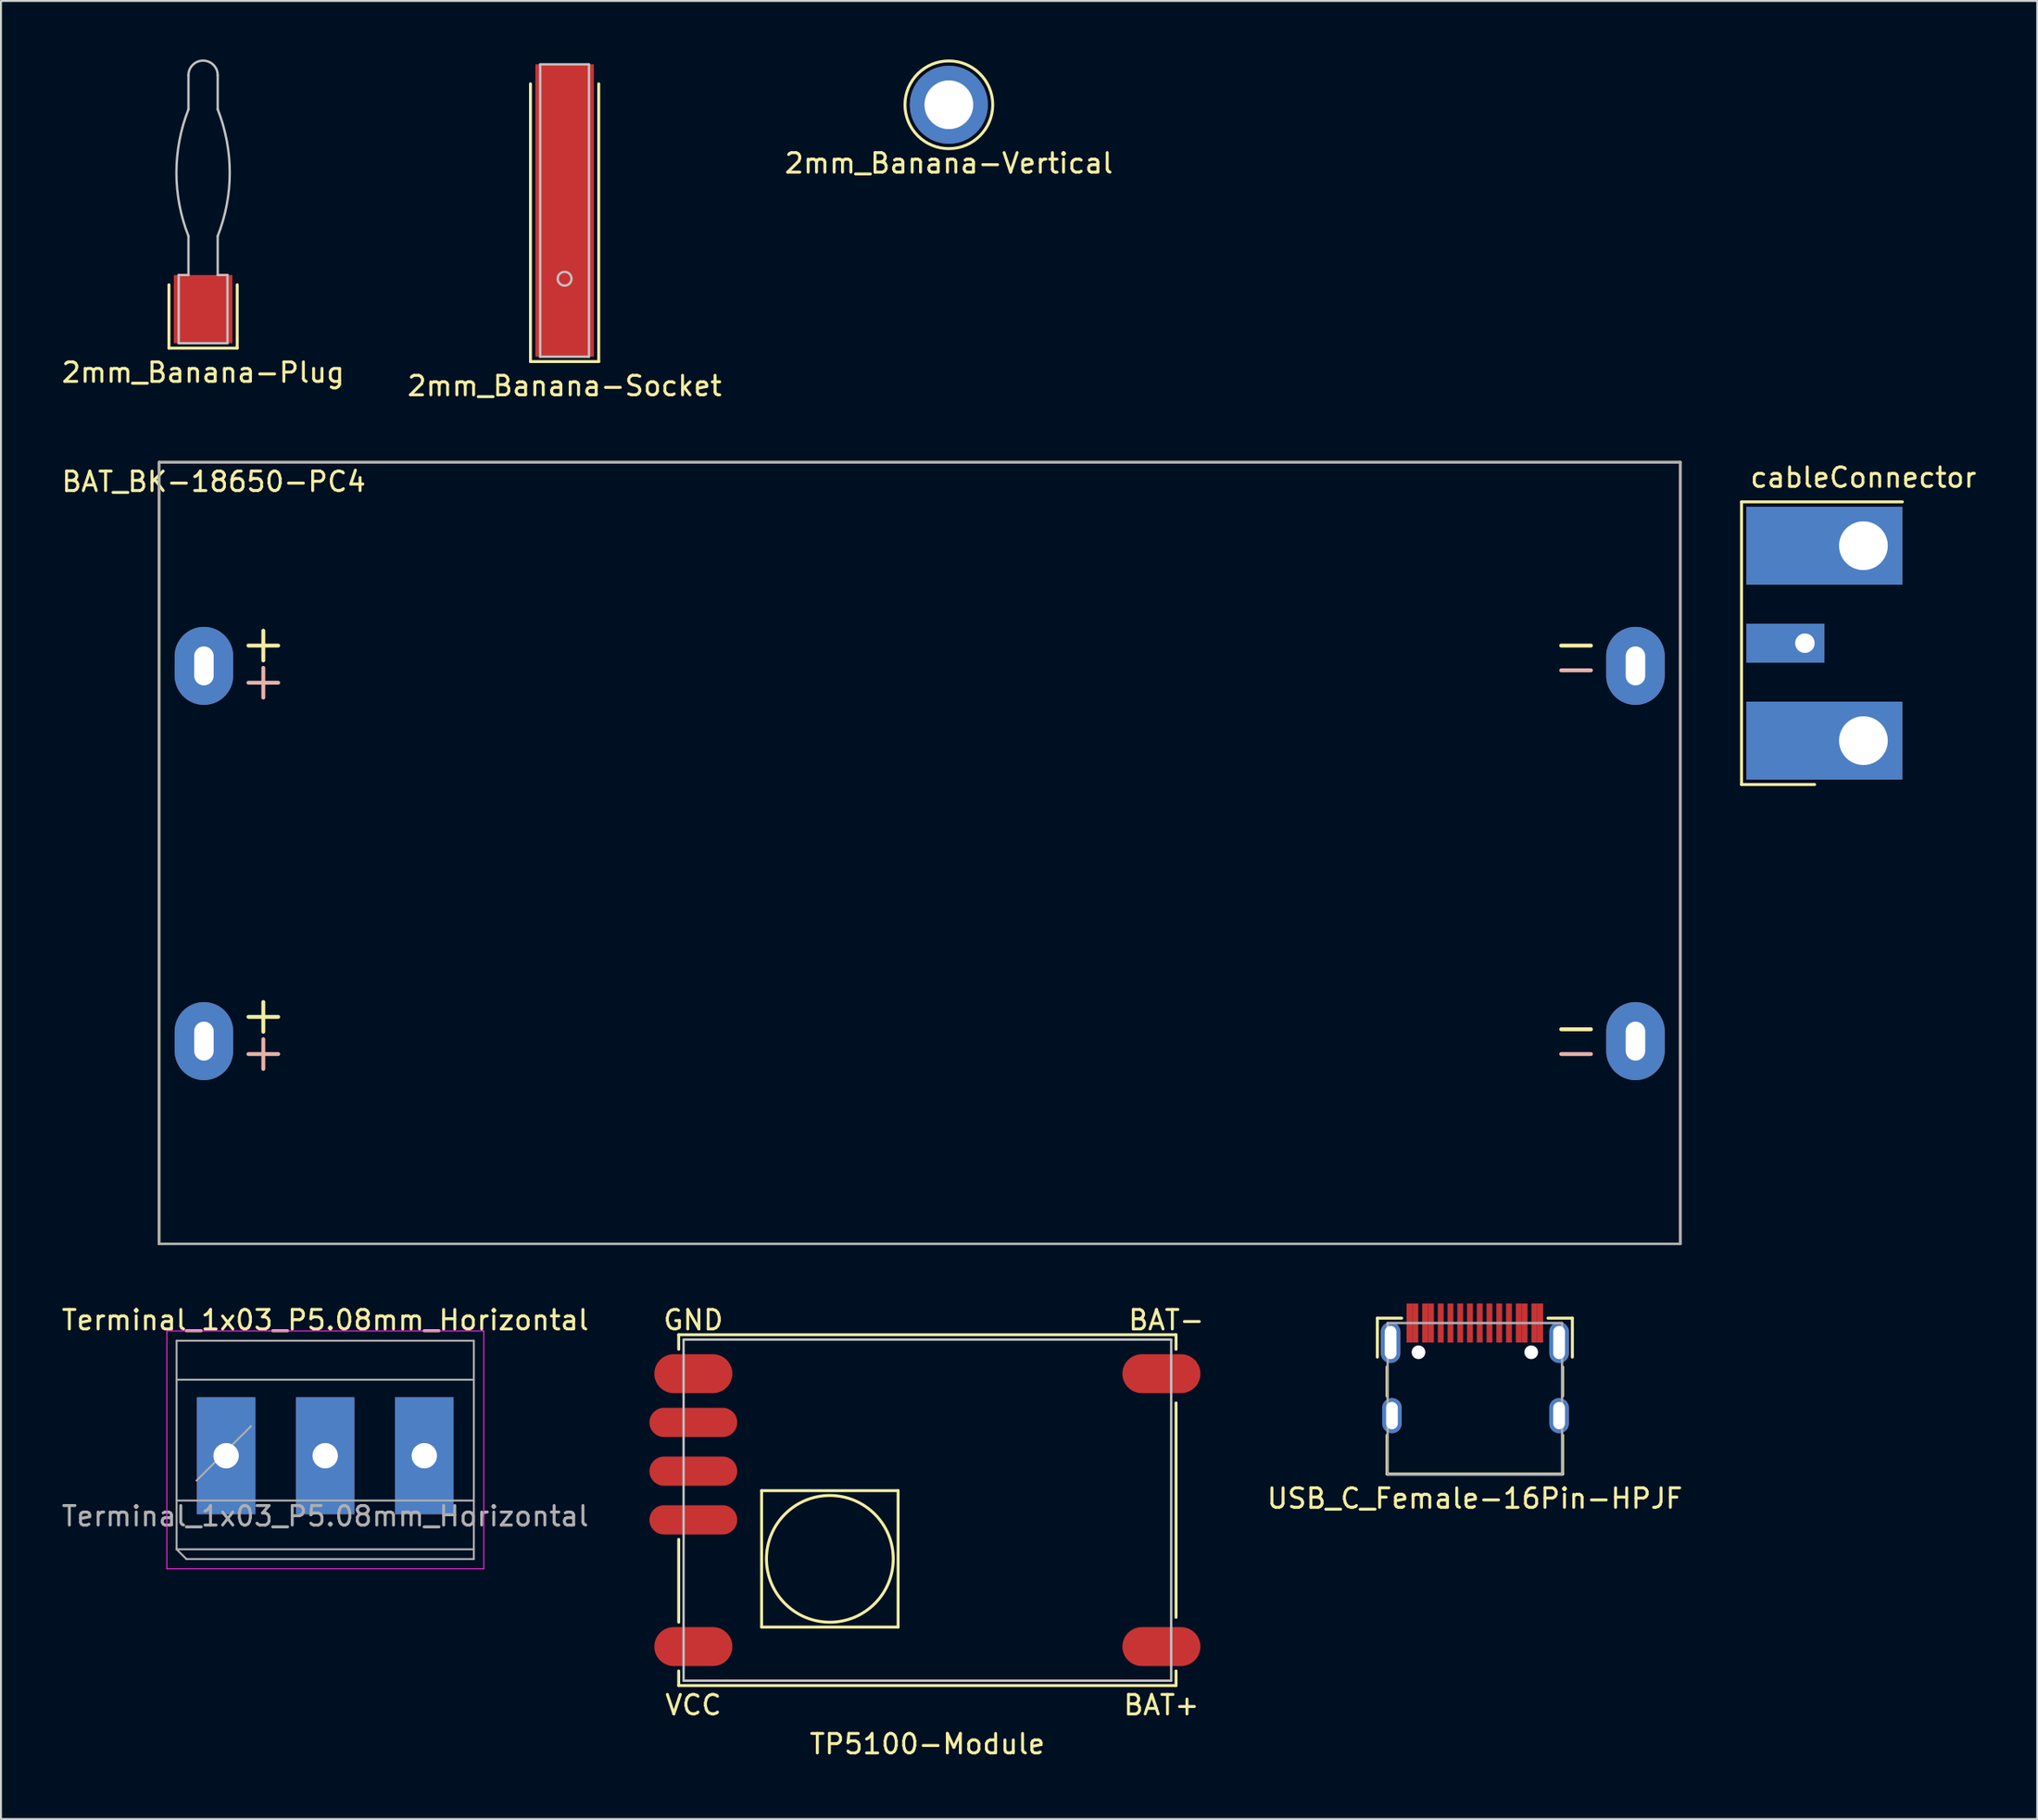
<source format=kicad_pcb>
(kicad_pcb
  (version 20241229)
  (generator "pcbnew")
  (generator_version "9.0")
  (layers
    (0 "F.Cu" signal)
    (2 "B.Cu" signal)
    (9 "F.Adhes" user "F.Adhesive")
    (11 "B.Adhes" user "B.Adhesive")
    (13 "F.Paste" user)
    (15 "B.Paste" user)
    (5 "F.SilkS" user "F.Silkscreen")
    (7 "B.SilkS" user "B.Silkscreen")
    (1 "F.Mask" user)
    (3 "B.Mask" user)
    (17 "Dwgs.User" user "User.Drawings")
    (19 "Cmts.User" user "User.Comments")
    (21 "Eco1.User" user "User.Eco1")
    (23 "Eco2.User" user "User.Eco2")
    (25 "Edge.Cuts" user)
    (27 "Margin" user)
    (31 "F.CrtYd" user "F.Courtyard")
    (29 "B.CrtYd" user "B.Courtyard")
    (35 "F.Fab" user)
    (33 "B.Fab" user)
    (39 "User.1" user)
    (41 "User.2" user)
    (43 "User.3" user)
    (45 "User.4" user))
  (footprint "TP5100-Module"
    (layer "F.Cu")
    (at 44.5 74.424)
    (property "Reference" "TP5100-Module" (at 0 12 0) (layer "F.SilkS") (effects (font (size 1 1) (thickness 0.15))))
    (attr through_hole)
    (fp_line (start -12.75 -9) (end 12.75 -9) (stroke (width 0.15) (type solid)) (layer "F.SilkS"))
    (fp_line (start -12.75 -8.25) (end -12.75 -9) (stroke (width 0.15) (type solid)) (layer "F.SilkS"))
    (fp_line (start -12.75 5.75) (end -12.75 1.5) (stroke (width 0.15) (type solid)) (layer "F.SilkS"))
    (fp_line (start -12.75 8.25) (end -12.75 9) (stroke (width 0.15) (type solid)) (layer "F.SilkS"))
    (fp_line (start -12.75 9) (end 12.75 9) (stroke (width 0.15) (type solid)) (layer "F.SilkS"))
    (fp_line (start -8.5 -1) (end -1.5 -1) (stroke (width 0.15) (type solid)) (layer "F.SilkS"))
    (fp_line (start -8.5 6) (end -8.5 -1) (stroke (width 0.15) (type solid)) (layer "F.SilkS"))
    (fp_line (start -1.5 -1) (end -1.5 6) (stroke (width 0.15) (type solid)) (layer "F.SilkS"))
    (fp_line (start -1.5 6) (end -8.5 6) (stroke (width 0.15) (type solid)) (layer "F.SilkS"))
    (fp_line (start 12.75 -9) (end 12.75 -8.25) (stroke (width 0.15) (type solid)) (layer "F.SilkS"))
    (fp_line (start 12.75 5.5) (end 12.75 -5.5) (stroke (width 0.15) (type solid)) (layer "F.SilkS"))
    (fp_line (start 12.75 9) (end 12.75 8.25) (stroke (width 0.15) (type solid)) (layer "F.SilkS"))
    (fp_circle (center -5 2.5) (end -1.75 2.5) (stroke (width 0.15) (type solid)) (fill no) (layer "F.SilkS"))
    (fp_line (start -12.5 -8.75) (end -12.5 8.75) (stroke (width 0.12) (type solid)) (layer "Dwgs.User"))
    (fp_line (start -12.5 8.75) (end 12.5 8.75) (stroke (width 0.12) (type solid)) (layer "Dwgs.User"))
    (fp_line (start 12.5 -8.75) (end -12.5 -8.75) (stroke (width 0.12) (type solid)) (layer "Dwgs.User"))
    (fp_line (start 12.5 8.75) (end 12.5 -8.75) (stroke (width 0.12) (type solid)) (layer "Dwgs.User"))
    (fp_text user "GND" (at -12 -9.75 0) (layer "F.SilkS") (effects (font (size 1 1) (thickness 0.15))))
    (fp_text user "BAT-" (at 12.25 -9.75 0) (layer "F.SilkS") (effects (font (size 1 1) (thickness 0.15))))
    (fp_text user "BAT+" (at 12 10 0) (layer "F.SilkS") (effects (font (size 1 1) (thickness 0.15))))
    (fp_text user "VCC" (at -12 10 0) (layer "F.SilkS") (effects (font (size 1 1) (thickness 0.15))))
    (pad "1" smd oval (at -11 -7) (size 4 2) (drill (offset -1 0)) (layers "F.Cu" "F.Mask" "F.Paste"))
    (pad "2" smd oval (at -11 7) (size 4 2) (drill (offset -1 0)) (layers "F.Cu" "F.Mask" "F.Paste"))
    (pad "3" smd oval (at 11 7 180) (size 4 2) (drill (offset -1 0)) (layers "F.Cu" "F.Mask" "F.Paste"))
    (pad "4" smd oval (at 11 -7 180) (size 4 2) (drill (offset -1 0)) (layers "F.Cu" "F.Mask" "F.Paste"))
    (pad "5" smd oval (at -10.5 -2) (size 4.5 1.5) (drill (offset -1.5 0)) (layers "F.Cu" "F.Mask" "F.Paste"))
    (pad "6" smd oval (at -10.5 -4.5) (size 4.5 1.5) (drill (offset -1.5 0)) (layers "F.Cu" "F.Mask" "F.Paste"))
    (pad "7" smd oval (at -10.5 0.5) (size 4.5 1.5) (drill (offset -1.5 0)) (layers "F.Cu" "F.Mask" "F.Paste")))
  (footprint "2mm_Banana-Plug"
    (layer "F.Cu")
    (at 7.363 11.06)
    (property "Reference" "2mm_Banana-Plug" (at 0 5 0) (layer "F.SilkS") (effects (font (size 1 1) (thickness 0.15))))
    (attr through_hole)
    (fp_line (start -1.75 0.5) (end -1.75 3.75) (stroke (width 0.15) (type solid)) (layer "F.SilkS"))
    (fp_line (start -1.75 3.75) (end 1.75 3.75) (stroke (width 0.15) (type solid)) (layer "F.SilkS"))
    (fp_line (start 1.75 3.75) (end 1.75 0.5) (stroke (width 0.15) (type solid)) (layer "F.SilkS"))
    (fp_line (start -1.25 0) (end -1.25 3.5) (stroke (width 0.12) (type solid)) (layer "Dwgs.User"))
    (fp_line (start -1.25 3.5) (end 1.25 3.5) (stroke (width 0.12) (type solid)) (layer "Dwgs.User"))
    (fp_line (start -0.75 -8.5) (end -0.75 -10.25) (stroke (width 0.12) (type solid)) (layer "Dwgs.User"))
    (fp_line (start -0.75 0) (end -1.25 0) (stroke (width 0.12) (type solid)) (layer "Dwgs.User"))
    (fp_line (start -0.75 0) (end -0.75 -2) (stroke (width 0.12) (type solid)) (layer "Dwgs.User"))
    (fp_line (start 0.75 -10.25) (end 0.75 -8.5) (stroke (width 0.12) (type solid)) (layer "Dwgs.User"))
    (fp_line (start 0.75 0) (end 0.75 -2) (stroke (width 0.12) (type solid)) (layer "Dwgs.User"))
    (fp_line (start 0.75 0) (end 1.25 0) (stroke (width 0.12) (type solid)) (layer "Dwgs.User"))
    (fp_line (start 1.25 3.5) (end 1.25 0) (stroke (width 0.12) (type solid)) (layer "Dwgs.User"))
    (fp_arc (start -0.75 -10.25) (mid 0 -11) (end 0.75 -10.25) (stroke (width 0.12) (type solid)) (layer "Dwgs.User"))
    (fp_arc (start -0.749999 -2) (mid -1.367073 -5.25) (end -0.749999 -8.499999) (stroke (width 0.12) (type solid)) (layer "Dwgs.User"))
    (fp_arc (start 0.75 -8.499999) (mid 1.367074 -5.249999) (end 0.75 -2) (stroke (width 0.12) (type solid)) (layer "Dwgs.User"))
    (pad "1" smd rect (at 0 1.75) (size 3 3.5) (layers "F.Cu" "F.Mask" "F.Paste")))
  (footprint "Terminal_1x03_P5.08mm_Horizontal"
    (layer "F.Cu")
    (at 8.545 71.633)
    (property "Reference" "Terminal_1x03_P5.08mm_Horizontal" (at 5.08 -6.96 0) (layer "F.SilkS") (effects (font (size 1 1) (thickness 0.15))))
    (attr through_hole)
    (fp_line (start -3.04 -6.4) (end -3.04 5.8) (stroke (width 0.05) (type solid)) (layer "F.CrtYd"))
    (fp_line (start -3.04 5.8) (end 13.21 5.8) (stroke (width 0.05) (type solid)) (layer "F.CrtYd"))
    (fp_line (start 13.21 -6.4) (end -3.04 -6.4) (stroke (width 0.05) (type solid)) (layer "F.CrtYd"))
    (fp_line (start 13.21 5.8) (end 13.21 -6.4) (stroke (width 0.05) (type solid)) (layer "F.CrtYd"))
    (fp_line (start -2.54 -5.9) (end 12.7 -5.9) (stroke (width 0.1) (type solid)) (layer "F.Fab"))
    (fp_line (start -2.54 -3.9) (end 12.7 -3.9) (stroke (width 0.1) (type solid)) (layer "F.Fab"))
    (fp_line (start -2.54 2.3) (end 12.7 2.3) (stroke (width 0.1) (type solid)) (layer "F.Fab"))
    (fp_line (start -2.54 4.8) (end -2.54 -5.9) (stroke (width 0.1) (type solid)) (layer "F.Fab"))
    (fp_line (start -2.54 4.8) (end 12.7 4.8) (stroke (width 0.1) (type solid)) (layer "F.Fab"))
    (fp_line (start -2.04 5.3) (end -2.54 4.8) (stroke (width 0.1) (type solid)) (layer "F.Fab"))
    (fp_line (start 1.273 -1.517) (end -1.517 1.273) (stroke (width 0.1) (type solid)) (layer "F.Fab"))
    (fp_line (start 12.7 -5.9) (end 12.7 5.3) (stroke (width 0.1) (type solid)) (layer "F.Fab"))
    (fp_line (start 12.7 5.3) (end -2.04 5.3) (stroke (width 0.1) (type solid)) (layer "F.Fab"))
    (fp_text user "${REFERENCE}" (at 5.08 3.1 0) (layer "F.Fab") (effects (font (size 1 1) (thickness 0.15))))
    (pad "1" thru_hole rect (at 0 0) (size 3 6) (drill 1.3) (layers "*.Cu" "*.Mask"))
    (pad "2" thru_hole rect (at 5.08 0) (size 3 6) (drill 1.3) (layers "*.Cu" "*.Mask"))
    (pad "3" thru_hole rect (at 10.16 0) (size 3 6) (drill 1.3) (layers "*.Cu" "*.Mask")))
  (footprint "2mm_Banana-Socket"
    (layer "F.Cu")
    (at 25.899 0.25)
    (property "Reference" "2mm_Banana-Socket" (at 0 16.5 0) (layer "F.SilkS") (effects (font (size 1 1) (thickness 0.15))))
    (attr through_hole)
    (fp_line (start -1.75 1) (end -1.75 15.25) (stroke (width 0.15) (type solid)) (layer "F.SilkS"))
    (fp_line (start -1.75 15.25) (end 1.75 15.25) (stroke (width 0.15) (type solid)) (layer "F.SilkS"))
    (fp_line (start 1.75 15.25) (end 1.75 1) (stroke (width 0.15) (type solid)) (layer "F.SilkS"))
    (fp_line (start -1.25 0) (end 1.25 0) (stroke (width 0.12) (type solid)) (layer "Dwgs.User"))
    (fp_line (start -1.25 15) (end -1.25 0) (stroke (width 0.12) (type solid)) (layer "Dwgs.User"))
    (fp_line (start 1.25 0) (end 1.25 15) (stroke (width 0.12) (type solid)) (layer "Dwgs.User"))
    (fp_line (start 1.25 15) (end -1.25 15) (stroke (width 0.12) (type solid)) (layer "Dwgs.User"))
    (fp_circle (center 0 11) (end 0.25 11.25) (stroke (width 0.12) (type solid)) (fill no) (layer "Dwgs.User"))
    (pad "1" smd rect (at 0 7.5) (size 3 15) (layers "F.Cu" "F.Mask" "F.Paste")))
  (footprint "2mm_Banana-Vertical"
    (layer "F.Cu")
    (at 45.601 2.325)
    (property "Reference" "2mm_Banana-Vertical" (at 0 3 0) (layer "F.SilkS") (effects (font (size 1 1) (thickness 0.15))))
    (attr through_hole)
    (fp_circle (center 0 0) (end 2.25 0) (stroke (width 0.15) (type solid)) (fill no) (layer "F.SilkS"))
    (pad "1" thru_hole circle (at 0 0) (size 4 4) (drill 2.5) (layers "*.Cu" "*.Mask")))
  (footprint "BAT_BK-18650-PC4"
    (layer "F.Cu")
    (at 44.106 40.712)
    (property "Reference" "BAT_BK-18650-PC4" (at -36.195 -19.05 0) (layer "F.SilkS") (effects (font (size 1 1) (thickness 0.15))))
    (attr through_hole)
    (fp_line (start -39 -20.05) (end 39 -20.05) (stroke (width 0.127) (type solid)) (layer "F.SilkS"))
    (fp_line (start -39 20.05) (end -39 -20.05) (stroke (width 0.127) (type solid)) (layer "F.SilkS"))
    (fp_line (start 39 -20.05) (end 39 20.05) (stroke (width 0.127) (type solid)) (layer "F.SilkS"))
    (fp_line (start 39 20.05) (end -39 20.05) (stroke (width 0.127) (type solid)) (layer "F.SilkS"))
    (fp_line (start -39 -20.05) (end 39 -20.05) (stroke (width 0.127) (type solid)) (layer "F.Fab"))
    (fp_line (start -39 20.05) (end -39 -20.05) (stroke (width 0.127) (type solid)) (layer "F.Fab"))
    (fp_line (start 39 -20.05) (end 39 20.05) (stroke (width 0.127) (type solid)) (layer "F.Fab"))
    (fp_line (start 39 20.05) (end -39 20.05) (stroke (width 0.127) (type solid)) (layer "F.Fab"))
    (fp_text user "+" (at -33.655 8.255 0) (layer "F.SilkS") (effects (font (size 2 2) (thickness 0.2))))
    (fp_text user "-" (at 33.655 8.89 0) (layer "F.SilkS") (effects (font (size 2 2) (thickness 0.2))))
    (fp_text user "-" (at 33.655 -10.795 0) (layer "F.SilkS") (effects (font (size 2 2) (thickness 0.2))))
    (fp_text user "+" (at -33.655 -10.795 0) (layer "F.SilkS") (effects (font (size 2 2) (thickness 0.2))))
    (fp_text user "-" (at 33.655 10.16 0) (layer "B.SilkS") (effects (font (size 2 2) (thickness 0.2))))
    (fp_text user "+" (at -33.655 10.16 0) (layer "B.SilkS") (effects (font (size 2 2) (thickness 0.2))))
    (fp_text user "+" (at -33.655 -8.89 0) (layer "B.SilkS") (effects (font (size 2 2) (thickness 0.2))))
    (fp_text user "-" (at 33.655 -9.525 0) (layer "B.SilkS") (effects (font (size 2 2) (thickness 0.2))))
    (pad "1" thru_hole oval (at 36.7 -9.6) (size 3 4) (drill oval 1 2) (layers "*.Cu" "*.Mask"))
    (pad "1+" thru_hole oval (at -36.7 -9.6) (size 3 4) (drill oval 1 2) (layers "*.Cu" "*.Mask"))
    (pad "2" thru_hole oval (at 36.7 9.65) (size 3 4) (drill oval 1 2) (layers "*.Cu" "*.Mask"))
    (pad "2+" thru_hole oval (at -36.7 9.65) (size 3 4) (drill oval 1 2) (layers "*.Cu" "*.Mask")))
  (footprint "USB_C_Female-16Pin-HPJF"
    (layer "F.Cu")
    (at 72.571 64.825)
    (property "Reference" "USB_C_Female-16Pin-HPJF" (at 0 9 0) (layer "F.SilkS") (effects (font (size 1 1) (thickness 0.15))))
    (attr through_hole)
    (fp_line (start -5 -0.25) (end -5 1.75) (stroke (width 0.15) (type solid)) (layer "F.SilkS"))
    (fp_line (start -4.5 2.25) (end -4.5 3.75) (stroke (width 0.15) (type solid)) (layer "F.SilkS"))
    (fp_line (start -4.5 5.75) (end -4.5 7.75) (stroke (width 0.15) (type solid)) (layer "F.SilkS"))
    (fp_line (start -4.5 7.75) (end 4.5 7.75) (stroke (width 0.15) (type solid)) (layer "F.SilkS"))
    (fp_line (start -3.75 -0.25) (end -5 -0.25) (stroke (width 0.15) (type solid)) (layer "F.SilkS"))
    (fp_line (start 3.75 -0.25) (end 5 -0.25) (stroke (width 0.15) (type solid)) (layer "F.SilkS"))
    (fp_line (start 4.5 3.75) (end 4.5 2.25) (stroke (width 0.15) (type solid)) (layer "F.SilkS"))
    (fp_line (start 4.5 7.75) (end 4.5 5.75) (stroke (width 0.15) (type solid)) (layer "F.SilkS"))
    (fp_line (start 5 -0.25) (end 5 1.75) (stroke (width 0.15) (type solid)) (layer "F.SilkS"))
    (fp_line (start -4.47 7.78) (end -4.47 0) (stroke (width 0.12) (type solid)) (layer "F.Fab"))
    (fp_line (start -4.47 7.78) (end 4.47 7.78) (stroke (width 0.12) (type solid)) (layer "F.Fab"))
    (fp_line (start 4.47 0) (end -4.47 0) (stroke (width 0.12) (type solid)) (layer "F.Fab"))
    (fp_line (start 4.47 7.78) (end 4.47 0) (stroke (width 0.12) (type solid)) (layer "F.Fab"))
    (pad "" np_thru_hole circle (at -2.89 1.5 90) (size 0.7 0.7) (drill 0.7) (layers "*.Cu" "*.Mask"))
    (pad "" np_thru_hole circle (at 2.89 1.5 90) (size 0.7 0.7) (drill 0.7) (layers "*.Cu" "*.Mask"))
    (pad "A1" smd rect (at -3.35 0) (size 0.3 2) (layers "F.Cu" "F.Mask" "F.Paste"))
    (pad "A4" smd rect (at -2.55 0) (size 0.3 2) (layers "F.Cu" "F.Mask" "F.Paste"))
    (pad "A5" smd rect (at -1.25 0) (size 0.3 2) (layers "F.Cu" "F.Mask" "F.Paste"))
    (pad "A6" smd rect (at -0.25 0) (size 0.3 2) (layers "F.Cu" "F.Mask" "F.Paste"))
    (pad "A7" smd rect (at 0.25 0) (size 0.3 2) (layers "F.Cu" "F.Mask" "F.Paste"))
    (pad "A8" smd rect (at 1.25 0) (size 0.3 2) (layers "F.Cu" "F.Mask" "F.Paste"))
    (pad "A9" smd rect (at 2.55 0) (size 0.3 2) (layers "F.Cu" "F.Mask" "F.Paste"))
    (pad "A12" smd rect (at 3.35 0) (size 0.3 2) (layers "F.Cu" "F.Mask" "F.Paste"))
    (pad "B1" smd rect (at 3.05 0) (size 0.3 2) (layers "F.Cu" "F.Mask" "F.Paste"))
    (pad "B4" smd rect (at 2.25 0) (size 0.3 2) (layers "F.Cu" "F.Mask" "F.Paste"))
    (pad "B5" smd rect (at 1.75 0) (size 0.3 2) (layers "F.Cu" "F.Mask" "F.Paste"))
    (pad "B6" smd rect (at 0.75 0) (size 0.3 2) (layers "F.Cu" "F.Mask" "F.Paste"))
    (pad "B7" smd rect (at -0.75 0) (size 0.3 2) (layers "F.Cu" "F.Mask" "F.Paste"))
    (pad "B8" smd rect (at -1.75 0) (size 0.3 2) (layers "F.Cu" "F.Mask" "F.Paste"))
    (pad "B9" smd rect (at -2.25 0) (size 0.3 2) (layers "F.Cu" "F.Mask" "F.Paste"))
    (pad "B12" smd rect (at -3.05 0) (size 0.3 2) (layers "F.Cu" "F.Mask" "F.Paste"))
    (pad "S1" thru_hole oval (at -4.32 1) (size 1 2.1) (drill oval 0.6 1.7) (layers "*.Cu" "*.Mask"))
    (pad "S1" thru_hole oval (at -4.25 4.75) (size 1 1.8) (drill oval 0.6 1.4) (layers "*.Cu" "*.Mask"))
    (pad "S1" thru_hole oval (at 4.32 1) (size 1 2.1) (drill oval 0.6 1.7) (layers "*.Cu" "*.Mask"))
    (pad "S1" thru_hole oval (at 4.32 4.75) (size 1 1.8) (drill oval 0.6 1.4) (layers "*.Cu" "*.Mask")))
  (footprint "cableConnector"
    (layer "F.Cu")
    (at 92.494 29.947)
    (property "Reference" "cableConnector" (at 0 -8.5 0) (layer "F.SilkS") (effects (font (size 1 1) (thickness 0.15))))
    (attr through_hole)
    (fp_line (start -6.25 -7.25) (end -6.25 7.25) (stroke (width 0.15) (type solid)) (layer "F.SilkS"))
    (fp_line (start -6.25 7.25) (end -2.5 7.25) (stroke (width 0.15) (type solid)) (layer "F.SilkS"))
    (fp_line (start 2 -7.25) (end -6.25 -7.25) (stroke (width 0.15) (type solid)) (layer "F.SilkS"))
    (pad "1" thru_hole rect (at 0 -5) (size 8 4) (drill 2.5 (offset -2 0)) (layers "*.Cu" "*.Mask"))
    (pad "2" thru_hole rect (at -3 0) (size 4 2) (drill 1 (offset -1 0)) (layers "*.Cu" "*.Mask"))
    (pad "3" thru_hole rect (at 0 5) (size 8 4) (drill 2.5 (offset -2 0)) (layers "*.Cu" "*.Mask")))
  (gr_rect
    (start -3 -3)
    (end 101.405 90.272)
    (stroke (width 0.1) (type default))
    (fill no)
    (layer "Edge.Cuts")))
</source>
